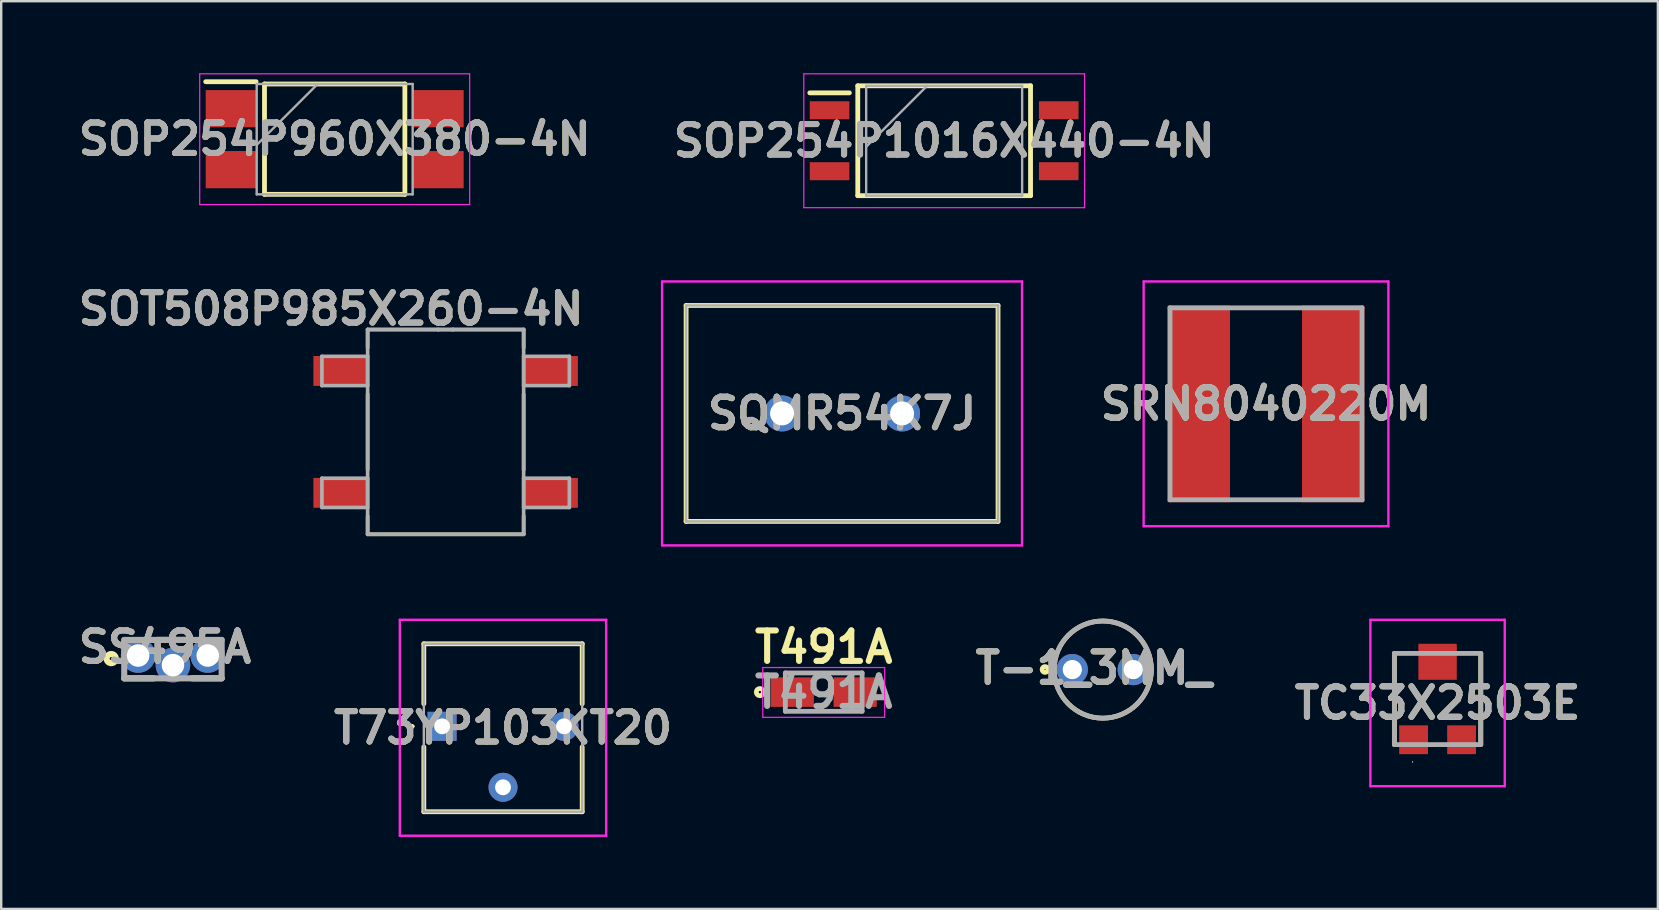
<source format=kicad_pcb>
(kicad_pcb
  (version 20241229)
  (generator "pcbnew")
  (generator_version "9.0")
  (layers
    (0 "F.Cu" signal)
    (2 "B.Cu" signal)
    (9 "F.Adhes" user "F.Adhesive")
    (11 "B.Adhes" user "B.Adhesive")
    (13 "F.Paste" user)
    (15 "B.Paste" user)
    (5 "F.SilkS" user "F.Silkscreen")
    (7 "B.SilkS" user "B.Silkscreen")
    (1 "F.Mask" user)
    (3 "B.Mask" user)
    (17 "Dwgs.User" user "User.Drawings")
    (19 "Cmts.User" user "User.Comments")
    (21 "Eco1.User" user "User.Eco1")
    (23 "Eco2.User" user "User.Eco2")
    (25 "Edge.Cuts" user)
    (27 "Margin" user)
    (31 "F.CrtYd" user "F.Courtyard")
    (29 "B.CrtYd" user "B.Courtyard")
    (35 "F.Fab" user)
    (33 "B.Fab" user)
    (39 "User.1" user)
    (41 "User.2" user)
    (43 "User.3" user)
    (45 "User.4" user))
  (footprint "T-1_3MM_"
    (layer "F.Cu")
    (at 42.908 24.855)
    (property "Reference" "T-1_3MM_" (at -0.38 -0.064 0) (layer "F.SilkS") (effects (font (size 1.27 1.27) (thickness 0.254))))
    (attr through_hole)
    (fp_circle (center -2.406 -0.004) (end -2.406 0.017) (stroke (width 0.2) (type solid)) (fill no) (layer "F.SilkS"))
    (fp_circle (center 0 0) (end 0 2.025) (stroke (width 0.2) (type solid)) (fill no) (layer "F.SilkS"))
    (fp_circle (center 0 0) (end 0 2.025) (stroke (width 0.2) (type solid)) (fill no) (layer "F.Fab"))
    (fp_text user "${REFERENCE}" (at -0.38 -0.064 0) (layer "F.Fab") (effects (font (size 1.27 1.27) (thickness 0.254))))
    (pad "1" thru_hole circle (at -1.27 0) (size 1.3 1.3) (drill 0.8) (layers "*.Cu" "*.Mask"))
    (pad "2" thru_hole circle (at 1.27 0) (size 1.3 1.3) (drill 0.8) (layers "*.Cu" "*.Mask")))
  (footprint "SRN8040220M"
    (layer "F.Cu")
    (at 49.711 13.78)
    (property "Reference" "SRN8040220M" (at 0 0 0) (layer "F.SilkS") (effects (font (size 1.27 1.27) (thickness 0.254))))
    (attr smd)
    (fp_line (start -0.8 -4) (end 0.8 -4) (stroke (width 0.1) (type solid)) (layer "F.SilkS"))
    (fp_line (start -0.8 4) (end 0.8 4) (stroke (width 0.1) (type solid)) (layer "F.SilkS"))
    (fp_line (start -5.1 -5.1) (end 5.1 -5.1) (stroke (width 0.1) (type solid)) (layer "F.CrtYd"))
    (fp_line (start -5.1 5.1) (end -5.1 -5.1) (stroke (width 0.1) (type solid)) (layer "F.CrtYd"))
    (fp_line (start 5.1 -5.1) (end 5.1 5.1) (stroke (width 0.1) (type solid)) (layer "F.CrtYd"))
    (fp_line (start 5.1 5.1) (end -5.1 5.1) (stroke (width 0.1) (type solid)) (layer "F.CrtYd"))
    (fp_line (start -4 -4) (end 4 -4) (stroke (width 0.2) (type solid)) (layer "F.Fab"))
    (fp_line (start -4 4) (end -4 -4) (stroke (width 0.2) (type solid)) (layer "F.Fab"))
    (fp_line (start 4 -4) (end 4 4) (stroke (width 0.2) (type solid)) (layer "F.Fab"))
    (fp_line (start 4 4) (end -4 4) (stroke (width 0.2) (type solid)) (layer "F.Fab"))
    (fp_text user "${REFERENCE}" (at 0 0 0) (layer "F.Fab") (effects (font (size 1.27 1.27) (thickness 0.254))))
    (pad "1" smd rect (at -2.8 0) (size 2.6 8.2) (layers "F.Cu" "F.Mask" "F.Paste"))
    (pad "2" smd rect (at 2.8 0) (size 2.6 8.2) (layers "F.Cu" "F.Mask" "F.Paste")))
  (footprint "SOP254P960X380-4N"
    (layer "F.Cu")
    (at 10.898 2.75)
    (property "Reference" "SOP254P960X380-4N" (at 0 0 0) (layer "F.SilkS") (effects (font (size 1.27 1.27) (thickness 0.254))))
    (attr smd)
    (fp_line (start -5.375 -2.395) (end -3.275 -2.395) (stroke (width 0.2) (type solid)) (layer "F.SilkS"))
    (fp_line (start -2.925 -2.3) (end 2.925 -2.3) (stroke (width 0.2) (type solid)) (layer "F.SilkS"))
    (fp_line (start -2.925 2.3) (end -2.925 -2.3) (stroke (width 0.2) (type solid)) (layer "F.SilkS"))
    (fp_line (start 2.925 -2.3) (end 2.925 2.3) (stroke (width 0.2) (type solid)) (layer "F.SilkS"))
    (fp_line (start 2.925 2.3) (end -2.925 2.3) (stroke (width 0.2) (type solid)) (layer "F.SilkS"))
    (fp_line (start -5.625 -2.725) (end 5.625 -2.725) (stroke (width 0.05) (type solid)) (layer "F.CrtYd"))
    (fp_line (start -5.625 2.725) (end -5.625 -2.725) (stroke (width 0.05) (type solid)) (layer "F.CrtYd"))
    (fp_line (start 5.625 -2.725) (end 5.625 2.725) (stroke (width 0.05) (type solid)) (layer "F.CrtYd"))
    (fp_line (start 5.625 2.725) (end -5.625 2.725) (stroke (width 0.05) (type solid)) (layer "F.CrtYd"))
    (fp_line (start -3.25 -2.3) (end 3.25 -2.3) (stroke (width 0.1) (type solid)) (layer "F.Fab"))
    (fp_line (start -3.25 0.24) (end -0.71 -2.3) (stroke (width 0.1) (type solid)) (layer "F.Fab"))
    (fp_line (start -3.25 2.3) (end -3.25 -2.3) (stroke (width 0.1) (type solid)) (layer "F.Fab"))
    (fp_line (start 3.25 -2.3) (end 3.25 2.3) (stroke (width 0.1) (type solid)) (layer "F.Fab"))
    (fp_line (start 3.25 2.3) (end -3.25 2.3) (stroke (width 0.1) (type solid)) (layer "F.Fab"))
    (fp_text user "${REFERENCE}" (at 0 0 0) (layer "F.Fab") (effects (font (size 1.27 1.27) (thickness 0.254))))
    (pad "1" smd rect (at -4.325 -1.27 90) (size 1.55 2.1) (layers "F.Cu" "F.Mask" "F.Paste"))
    (pad "2" smd rect (at -4.325 1.27 90) (size 1.55 2.1) (layers "F.Cu" "F.Mask" "F.Paste"))
    (pad "3" smd rect (at 4.325 1.27 90) (size 1.55 2.1) (layers "F.Cu" "F.Mask" "F.Paste"))
    (pad "4" smd rect (at 4.325 -1.27 90) (size 1.55 2.1) (layers "F.Cu" "F.Mask" "F.Paste")))
  (footprint "SQMR54K7J"
    (layer "F.Cu")
    (at 29.543 14.18)
    (property "Reference" "SQMR54K7J" (at 2.5 0 0) (layer "F.SilkS") (effects (font (size 1.27 1.27) (thickness 0.254))))
    (attr through_hole)
    (fp_line (start -4 -4.5) (end 9 -4.5) (stroke (width 0.2) (type solid)) (layer "F.SilkS"))
    (fp_line (start -4 4.5) (end -4 -4.5) (stroke (width 0.2) (type solid)) (layer "F.SilkS"))
    (fp_line (start 9 -4.5) (end 9 4.5) (stroke (width 0.2) (type solid)) (layer "F.SilkS"))
    (fp_line (start 9 4.5) (end -4 4.5) (stroke (width 0.2) (type solid)) (layer "F.SilkS"))
    (fp_line (start -5 -5.5) (end 10 -5.5) (stroke (width 0.1) (type solid)) (layer "F.CrtYd"))
    (fp_line (start -5 5.5) (end -5 -5.5) (stroke (width 0.1) (type solid)) (layer "F.CrtYd"))
    (fp_line (start 10 -5.5) (end 10 5.5) (stroke (width 0.1) (type solid)) (layer "F.CrtYd"))
    (fp_line (start 10 5.5) (end -5 5.5) (stroke (width 0.1) (type solid)) (layer "F.CrtYd"))
    (fp_line (start -4 -4.5) (end 9 -4.5) (stroke (width 0.1) (type solid)) (layer "F.Fab"))
    (fp_line (start -4 4.5) (end -4 -4.5) (stroke (width 0.1) (type solid)) (layer "F.Fab"))
    (fp_line (start 9 -4.5) (end 9 4.5) (stroke (width 0.1) (type solid)) (layer "F.Fab"))
    (fp_line (start 9 4.5) (end -4 4.5) (stroke (width 0.1) (type solid)) (layer "F.Fab"))
    (fp_text user "${REFERENCE}" (at 2.5 0 0) (layer "F.Fab") (effects (font (size 1.27 1.27) (thickness 0.254))))
    (pad "1" thru_hole circle (at 0 0) (size 1.5 1.5) (drill 1) (layers "*.Cu" "*.Mask"))
    (pad "2" thru_hole circle (at 5 0) (size 1.5 1.5) (drill 1) (layers "*.Cu" "*.Mask")))
  (footprint "SS495A"
    (layer "F.Cu")
    (at 4.157 24.669)
    (property "Reference" "SS495A" (at -0.335 -0.75 0) (layer "F.SilkS") (effects (font (size 1.27 1.27) (thickness 0.254))))
    (attr through_hole)
    (fp_line (start -2.03 0.55) (end -0.8 0.55) (stroke (width 0.254) (type solid)) (layer "F.SilkS"))
    (fp_line (start -0.64 -1.05) (end 0.64 -1.05) (stroke (width 0.254) (type solid)) (layer "F.SilkS"))
    (fp_line (start 2.03 0.55) (end 0.8 0.55) (stroke (width 0.254) (type solid)) (layer "F.SilkS"))
    (fp_circle (center -2.572 -0.272) (end -2.572 -0.208) (stroke (width 0.254) (type solid)) (fill no) (layer "F.SilkS"))
    (fp_line (start -2.03 -1.05) (end 2.03 -1.05) (stroke (width 0.254) (type solid)) (layer "F.Fab"))
    (fp_line (start -2.03 0.55) (end -2.03 -1.05) (stroke (width 0.254) (type solid)) (layer "F.Fab"))
    (fp_line (start 2.03 -1.05) (end 2.03 0.55) (stroke (width 0.254) (type solid)) (layer "F.Fab"))
    (fp_line (start 2.03 0.55) (end -2.03 0.55) (stroke (width 0.254) (type solid)) (layer "F.Fab"))
    (fp_text user "${REFERENCE}" (at -0.335 -0.75 0) (layer "F.Fab") (effects (font (size 1.27 1.27) (thickness 0.254))))
    (pad "1" thru_hole circle (at -1.45 -0.4) (size 1.44 1.44) (drill 0.94) (layers "*.Cu" "*.Mask"))
    (pad "2" thru_hole circle (at 0 0) (size 1.44 1.44) (drill 0.94) (layers "*.Cu" "*.Mask"))
    (pad "3" thru_hole circle (at 1.45 -0.4) (size 1.44 1.44) (drill 0.94) (layers "*.Cu" "*.Mask")))
  (footprint "TC33X2503E"
    (layer "F.Cu")
    (at 56.861 26.08)
    (property "Reference" "TC33X2503E" (at 0 0.168 0) (layer "F.SilkS") (effects (font (size 1.27 1.27) (thickness 0.254))))
    (attr smd)
    (fp_line (start -1.8 -1.9) (end -1.8 1.9) (stroke (width 0.2) (type solid)) (layer "F.SilkS"))
    (fp_line (start -1.052 2.625) (end -1.052 2.625) (stroke (width 0.022) (type solid)) (layer "F.SilkS"))
    (fp_line (start -1.03 2.625) (end -1.03 2.625) (stroke (width 0.022) (type solid)) (layer "F.SilkS"))
    (fp_line (start 1.8 1.9) (end 1.8 -1.9) (stroke (width 0.2) (type solid)) (layer "F.SilkS"))
    (fp_arc (start -1.052 2.625) (mid -1.041 2.614) (end -1.03 2.625) (stroke (width 0.022) (type solid)) (layer "F.SilkS"))
    (fp_arc (start -1.03 2.625) (mid -1.041 2.636) (end -1.052 2.625) (stroke (width 0.022) (type solid)) (layer "F.SilkS"))
    (fp_line (start -2.8 -3.3) (end 2.8 -3.3) (stroke (width 0.1) (type solid)) (layer "F.CrtYd"))
    (fp_line (start -2.8 3.636) (end -2.8 -3.3) (stroke (width 0.1) (type solid)) (layer "F.CrtYd"))
    (fp_line (start 2.8 -3.3) (end 2.8 3.636) (stroke (width 0.1) (type solid)) (layer "F.CrtYd"))
    (fp_line (start 2.8 3.636) (end -2.8 3.636) (stroke (width 0.1) (type solid)) (layer "F.CrtYd"))
    (fp_line (start -1.8 -1.9) (end 1.8 -1.9) (stroke (width 0.2) (type solid)) (layer "F.Fab"))
    (fp_line (start -1.8 1.9) (end -1.8 -1.9) (stroke (width 0.2) (type solid)) (layer "F.Fab"))
    (fp_line (start 1.8 -1.9) (end 1.8 1.9) (stroke (width 0.2) (type solid)) (layer "F.Fab"))
    (fp_line (start 1.8 1.9) (end -1.8 1.9) (stroke (width 0.2) (type solid)) (layer "F.Fab"))
    (fp_text user "${REFERENCE}" (at 0 0.168 0) (layer "F.Fab") (effects (font (size 1.27 1.27) (thickness 0.254))))
    (pad "1" smd rect (at -1 1.7 90) (size 1.2 1.2) (layers "F.Cu" "F.Mask" "F.Paste"))
    (pad "2" smd rect (at 0 -1.55 90) (size 1.5 1.6) (layers "F.Cu" "F.Mask" "F.Paste"))
    (pad "3" smd rect (at 1 1.7 90) (size 1.2 1.2) (layers "F.Cu" "F.Mask" "F.Paste")))
  (footprint "T491A"
    (layer "F.Cu")
    (at 31.279 25.794)
    (property "Reference" "T491A" (at 0 -1.875 0) (layer "F.SilkS") (effects (font (size 1.27 1.27) (thickness 0.254))))
    (attr smd)
    (fp_circle (center -2.66 0) (end -2.66 0.05) (stroke (width 0.2) (type solid)) (fill no) (layer "F.SilkS"))
    (fp_line (start -2.54 -1.025) (end 2.54 -1.025) (stroke (width 0.05) (type solid)) (layer "F.CrtYd"))
    (fp_line (start -2.54 1.05) (end -2.54 -1.025) (stroke (width 0.05) (type solid)) (layer "F.CrtYd"))
    (fp_line (start 2.54 -1.025) (end 2.54 1.05) (stroke (width 0.05) (type solid)) (layer "F.CrtYd"))
    (fp_line (start 2.54 1.05) (end -2.54 1.05) (stroke (width 0.05) (type solid)) (layer "F.CrtYd"))
    (fp_line (start -1.6 -0.8) (end 1.6 -0.8) (stroke (width 0.2) (type solid)) (layer "F.Fab"))
    (fp_line (start -1.6 0.8) (end -1.6 -0.8) (stroke (width 0.2) (type solid)) (layer "F.Fab"))
    (fp_line (start 1.6 -0.8) (end 1.6 0.8) (stroke (width 0.2) (type solid)) (layer "F.Fab"))
    (fp_line (start 1.6 0.8) (end -1.6 0.8) (stroke (width 0.2) (type solid)) (layer "F.Fab"))
    (fp_text user "${REFERENCE}" (at 0 0 0) (layer "F.Fab") (effects (font (size 1.27 1.27) (thickness 0.254))))
    (pad "1" smd rect (at -1.31 0 90) (size 1.23 1.8) (layers "F.Cu" "F.Mask" "F.Paste"))
    (pad "2" smd rect (at 1.31 0 90) (size 1.23 1.8) (layers "F.Cu" "F.Mask" "F.Paste")))
  (footprint "SOT508P985X260-4N"
    (layer "F.Cu")
    (at 15.522 14.95)
    (property "Reference" "SOT508P985X260-4N" (at -4.775 -5.131 0) (layer "F.SilkS") (effects (font (size 1.27 1.27) (thickness 0.254))))
    (attr smd)
    (fp_line (start -3.251 -4.267) (end -3.251 -3.505) (stroke (width 0.152) (type solid)) (layer "F.SilkS"))
    (fp_line (start -3.251 -1.575) (end -3.251 1.575) (stroke (width 0.152) (type solid)) (layer "F.SilkS"))
    (fp_line (start -3.251 3.505) (end -3.251 4.267) (stroke (width 0.152) (type solid)) (layer "F.SilkS"))
    (fp_line (start -3.251 4.267) (end 3.251 4.267) (stroke (width 0.152) (type solid)) (layer "F.SilkS"))
    (fp_line (start -0.305 -4.267) (end -3.251 -4.267) (stroke (width 0.152) (type solid)) (layer "F.SilkS"))
    (fp_line (start 0.305 -4.267) (end -0.305 -4.267) (stroke (width 0.152) (type solid)) (layer "F.SilkS"))
    (fp_line (start 3.251 -4.267) (end 0.305 -4.267) (stroke (width 0.152) (type solid)) (layer "F.SilkS"))
    (fp_line (start 3.251 -3.505) (end 3.251 -4.267) (stroke (width 0.152) (type solid)) (layer "F.SilkS"))
    (fp_line (start 3.251 1.575) (end 3.251 -1.575) (stroke (width 0.152) (type solid)) (layer "F.SilkS"))
    (fp_line (start 3.251 4.267) (end 3.251 3.505) (stroke (width 0.152) (type solid)) (layer "F.SilkS"))
    (fp_line (start -5.156 -3.15) (end -5.156 -1.93) (stroke (width 0.152) (type solid)) (layer "F.Fab"))
    (fp_line (start -5.156 -1.93) (end -3.251 -1.93) (stroke (width 0.152) (type solid)) (layer "F.Fab"))
    (fp_line (start -5.156 1.93) (end -5.156 3.15) (stroke (width 0.152) (type solid)) (layer "F.Fab"))
    (fp_line (start -5.156 3.15) (end -3.251 3.15) (stroke (width 0.152) (type solid)) (layer "F.Fab"))
    (fp_line (start -3.251 -4.267) (end -3.251 4.267) (stroke (width 0.152) (type solid)) (layer "F.Fab"))
    (fp_line (start -3.251 -3.15) (end -5.156 -3.15) (stroke (width 0.152) (type solid)) (layer "F.Fab"))
    (fp_line (start -3.251 -1.93) (end -3.251 -3.15) (stroke (width 0.152) (type solid)) (layer "F.Fab"))
    (fp_line (start -3.251 1.93) (end -5.156 1.93) (stroke (width 0.152) (type solid)) (layer "F.Fab"))
    (fp_line (start -3.251 3.15) (end -3.251 1.93) (stroke (width 0.152) (type solid)) (layer "F.Fab"))
    (fp_line (start -3.251 4.267) (end 3.251 4.267) (stroke (width 0.152) (type solid)) (layer "F.Fab"))
    (fp_line (start -0.305 -4.267) (end -3.251 -4.267) (stroke (width 0.152) (type solid)) (layer "F.Fab"))
    (fp_line (start 0.305 -4.267) (end -0.305 -4.267) (stroke (width 0.152) (type solid)) (layer "F.Fab"))
    (fp_line (start 3.251 -4.267) (end 0.305 -4.267) (stroke (width 0.152) (type solid)) (layer "F.Fab"))
    (fp_line (start 3.251 -3.15) (end 3.251 -1.93) (stroke (width 0.152) (type solid)) (layer "F.Fab"))
    (fp_line (start 3.251 -1.93) (end 5.156 -1.93) (stroke (width 0.152) (type solid)) (layer "F.Fab"))
    (fp_line (start 3.251 1.93) (end 3.251 3.15) (stroke (width 0.152) (type solid)) (layer "F.Fab"))
    (fp_line (start 3.251 3.15) (end 5.156 3.15) (stroke (width 0.152) (type solid)) (layer "F.Fab"))
    (fp_line (start 3.251 4.267) (end 3.251 -4.267) (stroke (width 0.152) (type solid)) (layer "F.Fab"))
    (fp_line (start 5.156 -3.15) (end 3.251 -3.15) (stroke (width 0.152) (type solid)) (layer "F.Fab"))
    (fp_line (start 5.156 -1.93) (end 5.156 -3.15) (stroke (width 0.152) (type solid)) (layer "F.Fab"))
    (fp_line (start 5.156 1.93) (end 3.251 1.93) (stroke (width 0.152) (type solid)) (layer "F.Fab"))
    (fp_line (start 5.156 3.15) (end 5.156 1.93) (stroke (width 0.152) (type solid)) (layer "F.Fab"))
    (fp_text user "${REFERENCE}" (at -4.775 -5.131 0) (layer "F.Fab") (effects (font (size 1.27 1.27) (thickness 0.254))))
    (pad "1" smd rect (at -4.394 -2.54 90) (size 1.245 2.235) (layers "F.Cu" "F.Mask" "F.Paste"))
    (pad "2" smd rect (at -4.394 2.54 90) (size 1.245 2.235) (layers "F.Cu" "F.Mask" "F.Paste"))
    (pad "3" smd rect (at 4.394 2.54 90) (size 1.245 2.235) (layers "F.Cu" "F.Mask" "F.Paste"))
    (pad "4" smd rect (at 4.394 -2.54 90) (size 1.245 2.235) (layers "F.Cu" "F.Mask" "F.Paste")))
  (footprint "SOP254P1016X440-4N"
    (layer "F.Cu")
    (at 36.298 2.815)
    (property "Reference" "SOP254P1016X440-4N" (at 0 0 0) (layer "F.SilkS") (effects (font (size 1.27 1.27) (thickness 0.254))))
    (attr smd)
    (fp_line (start -5.6 -1.995) (end -3.95 -1.995) (stroke (width 0.2) (type solid)) (layer "F.SilkS"))
    (fp_line (start -3.6 -2.29) (end 3.6 -2.29) (stroke (width 0.2) (type solid)) (layer "F.SilkS"))
    (fp_line (start -3.6 2.29) (end -3.6 -2.29) (stroke (width 0.2) (type solid)) (layer "F.SilkS"))
    (fp_line (start 3.6 -2.29) (end 3.6 2.29) (stroke (width 0.2) (type solid)) (layer "F.SilkS"))
    (fp_line (start 3.6 2.29) (end -3.6 2.29) (stroke (width 0.2) (type solid)) (layer "F.SilkS"))
    (fp_line (start -5.85 -2.79) (end 5.85 -2.79) (stroke (width 0.05) (type solid)) (layer "F.CrtYd"))
    (fp_line (start -5.85 2.79) (end -5.85 -2.79) (stroke (width 0.05) (type solid)) (layer "F.CrtYd"))
    (fp_line (start 5.85 -2.79) (end 5.85 2.79) (stroke (width 0.05) (type solid)) (layer "F.CrtYd"))
    (fp_line (start 5.85 2.79) (end -5.85 2.79) (stroke (width 0.05) (type solid)) (layer "F.CrtYd"))
    (fp_line (start -3.25 -2.29) (end 3.25 -2.29) (stroke (width 0.1) (type solid)) (layer "F.Fab"))
    (fp_line (start -3.25 0.25) (end -0.71 -2.29) (stroke (width 0.1) (type solid)) (layer "F.Fab"))
    (fp_line (start -3.25 2.29) (end -3.25 -2.29) (stroke (width 0.1) (type solid)) (layer "F.Fab"))
    (fp_line (start 3.25 -2.29) (end 3.25 2.29) (stroke (width 0.1) (type solid)) (layer "F.Fab"))
    (fp_line (start 3.25 2.29) (end -3.25 2.29) (stroke (width 0.1) (type solid)) (layer "F.Fab"))
    (fp_text user "${REFERENCE}" (at 0 0 0) (layer "F.Fab") (effects (font (size 1.27 1.27) (thickness 0.254))))
    (pad "1" smd rect (at -4.775 -1.27 90) (size 0.75 1.65) (layers "F.Cu" "F.Mask" "F.Paste"))
    (pad "2" smd rect (at -4.775 1.27 90) (size 0.75 1.65) (layers "F.Cu" "F.Mask" "F.Paste"))
    (pad "3" smd rect (at 4.775 1.27 90) (size 0.75 1.65) (layers "F.Cu" "F.Mask" "F.Paste"))
    (pad "4" smd rect (at 4.775 -1.27 90) (size 0.75 1.65) (layers "F.Cu" "F.Mask" "F.Paste")))
  (footprint "T73YP103KT20"
    (layer "F.Cu")
    (at 15.373 27.22)
    (property "Reference" "T73YP103KT20" (at 2.54 0.06 0) (layer "F.SilkS") (effects (font (size 1.27 1.27) (thickness 0.254))))
    (attr through_hole)
    (fp_line (start -1.3 0) (end -1.3 0) (stroke (width 0.1) (type solid)) (layer "F.SilkS"))
    (fp_line (start -1.2 0) (end -1.2 0) (stroke (width 0.1) (type solid)) (layer "F.SilkS"))
    (fp_line (start -0.76 -3.44) (end -0.76 -0.94) (stroke (width 0.2) (type solid)) (layer "F.SilkS"))
    (fp_line (start -0.76 0.86) (end -0.76 3.56) (stroke (width 0.2) (type solid)) (layer "F.SilkS"))
    (fp_line (start -0.76 3.56) (end 5.84 3.56) (stroke (width 0.2) (type solid)) (layer "F.SilkS"))
    (fp_line (start 5.84 -3.44) (end -0.76 -3.44) (stroke (width 0.2) (type solid)) (layer "F.SilkS"))
    (fp_line (start 5.84 -0.94) (end 5.84 -3.44) (stroke (width 0.2) (type solid)) (layer "F.SilkS"))
    (fp_line (start 5.84 3.56) (end 5.84 0.86) (stroke (width 0.2) (type solid)) (layer "F.SilkS"))
    (fp_arc (start -1.3 0) (mid -1.25 -0.05) (end -1.2 0) (stroke (width 0.1) (type solid)) (layer "F.SilkS"))
    (fp_arc (start -1.2 0) (mid -1.25 0.05) (end -1.3 0) (stroke (width 0.1) (type solid)) (layer "F.SilkS"))
    (fp_line (start -1.76 -4.44) (end -1.76 4.56) (stroke (width 0.1) (type solid)) (layer "F.CrtYd"))
    (fp_line (start -1.76 4.56) (end 6.84 4.56) (stroke (width 0.1) (type solid)) (layer "F.CrtYd"))
    (fp_line (start 6.84 -4.44) (end -1.76 -4.44) (stroke (width 0.1) (type solid)) (layer "F.CrtYd"))
    (fp_line (start 6.84 4.56) (end 6.84 -4.44) (stroke (width 0.1) (type solid)) (layer "F.CrtYd"))
    (fp_line (start -0.76 -3.44) (end 5.84 -3.44) (stroke (width 0.1) (type solid)) (layer "F.Fab"))
    (fp_line (start -0.76 3.56) (end -0.76 -3.44) (stroke (width 0.1) (type solid)) (layer "F.Fab"))
    (fp_line (start 5.84 -3.44) (end 5.84 3.56) (stroke (width 0.1) (type solid)) (layer "F.Fab"))
    (fp_line (start 5.84 3.56) (end -0.76 3.56) (stroke (width 0.1) (type solid)) (layer "F.Fab"))
    (fp_text user "${REFERENCE}" (at 2.54 0.06 0) (layer "F.Fab") (effects (font (size 1.27 1.27) (thickness 0.254))))
    (pad "1" thru_hole rect (at 0 0) (size 1.21 1.21) (drill 0.66) (layers "*.Cu" "*.Mask"))
    (pad "2" thru_hole circle (at 2.54 2.54) (size 1.21 1.21) (drill 0.66) (layers "*.Cu" "*.Mask"))
    (pad "3" thru_hole circle (at 5.08 0) (size 1.21 1.21) (drill 0.66) (layers "*.Cu" "*.Mask")))
  (gr_rect
    (start -3 -3)
    (end 66.042 34.83)
    (stroke (width 0.1) (type default))
    (fill no)
    (layer "Edge.Cuts")))
</source>
